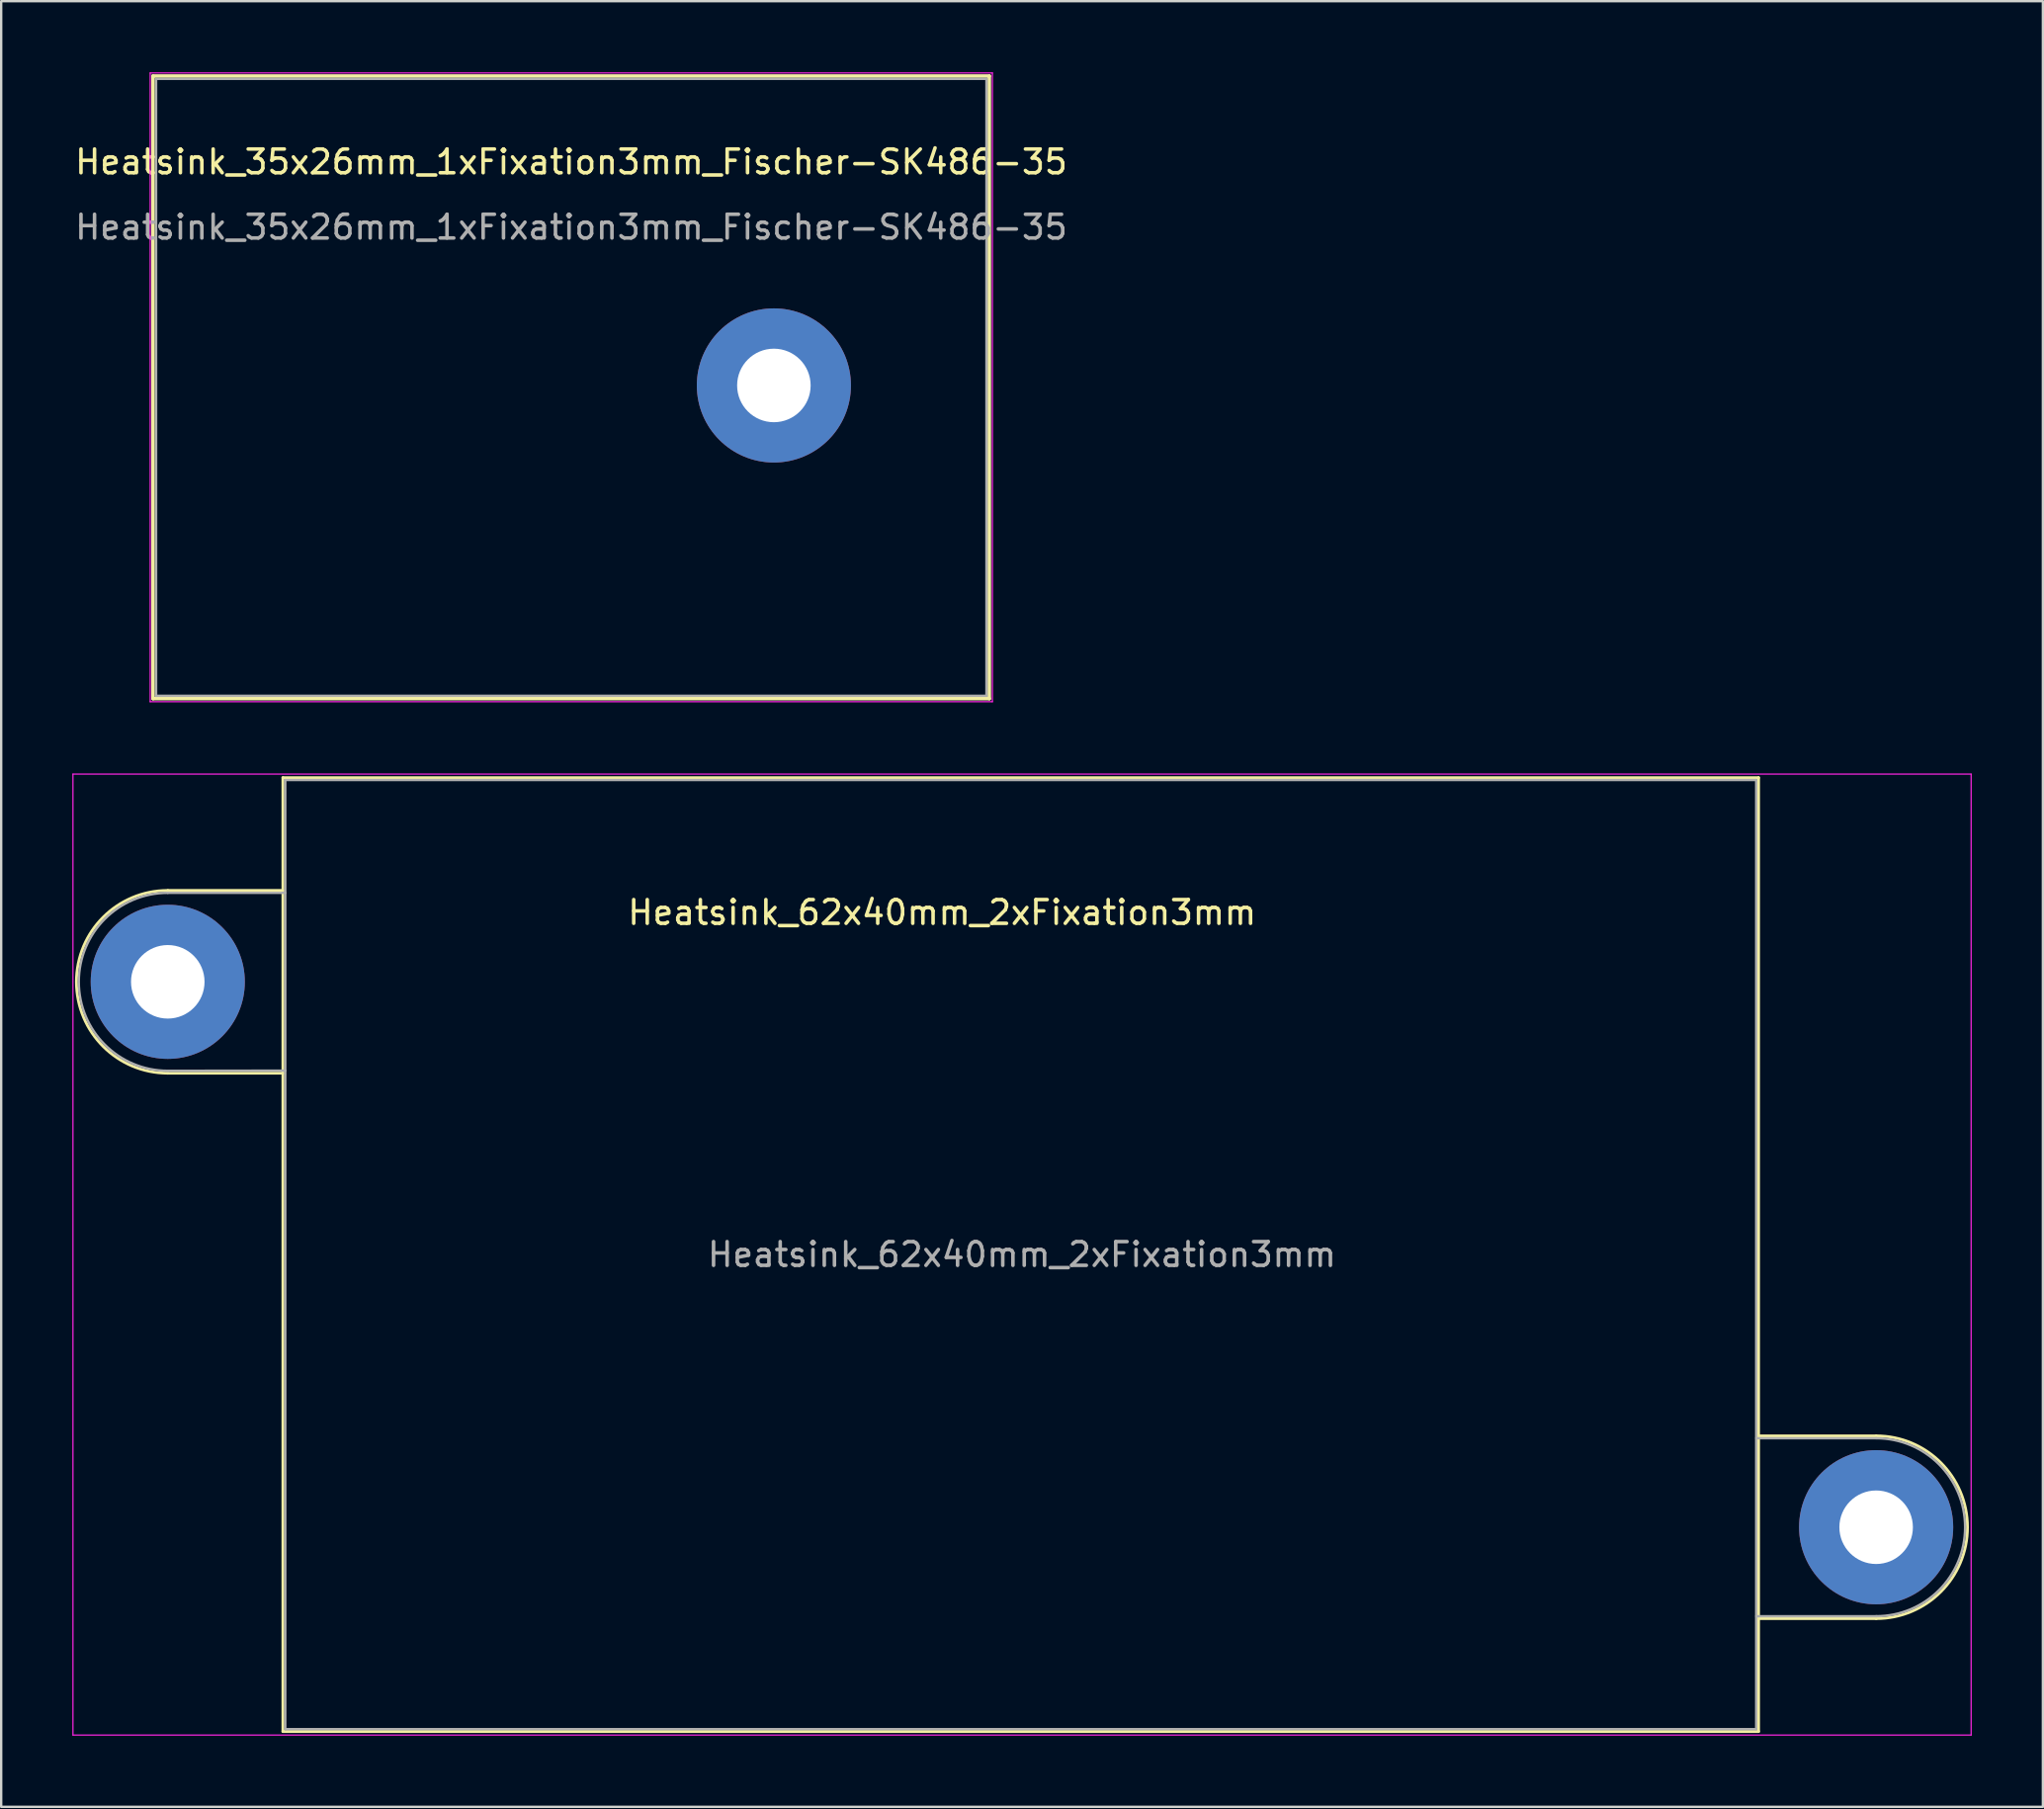
<source format=kicad_pcb>
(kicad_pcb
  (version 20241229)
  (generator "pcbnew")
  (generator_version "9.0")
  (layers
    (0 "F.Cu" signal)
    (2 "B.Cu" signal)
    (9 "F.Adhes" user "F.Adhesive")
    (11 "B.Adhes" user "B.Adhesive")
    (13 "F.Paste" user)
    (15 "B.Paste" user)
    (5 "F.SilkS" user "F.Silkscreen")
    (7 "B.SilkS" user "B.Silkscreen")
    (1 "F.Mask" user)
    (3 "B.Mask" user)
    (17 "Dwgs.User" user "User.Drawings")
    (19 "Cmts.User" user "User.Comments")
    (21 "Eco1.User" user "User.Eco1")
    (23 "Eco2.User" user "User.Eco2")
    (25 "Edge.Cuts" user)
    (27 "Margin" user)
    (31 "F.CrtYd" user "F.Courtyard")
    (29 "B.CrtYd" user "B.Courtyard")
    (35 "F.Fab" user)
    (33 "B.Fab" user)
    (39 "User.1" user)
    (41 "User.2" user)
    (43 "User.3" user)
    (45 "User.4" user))
  (footprint "Heatsink_35x26mm_1xFixation3mm_Fischer-SK486-35"
    (layer "F.Cu")
    (at 29.57 13.195)
    (property "Reference" "Heatsink_35x26mm_1xFixation3mm_Fischer-SK486-35" (at -8.54 -9.42 0) (layer "F.SilkS") (effects (font (size 1 1) (thickness 0.15))))
    (attr through_hole)
    (fp_line (start -26.17 -13.04) (end -26.17 13.2) (stroke (width 0.15) (type solid)) (layer "F.SilkS"))
    (fp_line (start -26.17 13.2) (end 9.08 13.2) (stroke (width 0.15) (type solid)) (layer "F.SilkS"))
    (fp_line (start 9.08 -13.04) (end -26.17 -13.04) (stroke (width 0.15) (type solid)) (layer "F.SilkS"))
    (fp_line (start 9.08 13.2) (end 9.08 -13.04) (stroke (width 0.15) (type solid)) (layer "F.SilkS"))
    (fp_line (start -26.29 -13.17) (end -26.29 13.33) (stroke (width 0.05) (type solid)) (layer "F.CrtYd"))
    (fp_line (start -26.29 -13.17) (end 9.21 -13.17) (stroke (width 0.05) (type solid)) (layer "F.CrtYd"))
    (fp_line (start 9.21 13.33) (end -26.29 13.33) (stroke (width 0.05) (type solid)) (layer "F.CrtYd"))
    (fp_line (start 9.21 13.33) (end 9.21 -13.17) (stroke (width 0.05) (type solid)) (layer "F.CrtYd"))
    (fp_line (start -26.04 -12.92) (end 8.96 -12.92) (stroke (width 0.1) (type solid)) (layer "F.Fab"))
    (fp_line (start -26.04 13.08) (end -26.04 -12.92) (stroke (width 0.1) (type solid)) (layer "F.Fab"))
    (fp_line (start 8.96 -12.92) (end 8.96 13.08) (stroke (width 0.1) (type solid)) (layer "F.Fab"))
    (fp_line (start 8.96 13.08) (end -26.04 13.08) (stroke (width 0.1) (type solid)) (layer "F.Fab"))
    (fp_text user "${REFERENCE}" (at -8.54 -6.67 0) (layer "F.Fab") (effects (font (size 1 1) (thickness 0.15))))
    (pad "1" thru_hole circle (at 0 0) (size 6.497 6.497) (drill 3.099) (layers "*.Cu" "*.Mask")))
  (footprint "Heatsink_62x40mm_2xFixation3mm"
    (layer "F.Cu")
    (at 8.975 69.825)
    (property "Reference" "Heatsink_62x40mm_2xFixation3mm" (at 27.686 -34.417 0) (layer "F.SilkS") (effects (font (size 1 1) (thickness 0.15))))
    (attr through_hole)
    (fp_line (start -4.953 -35.346) (end -0.103 -35.346) (stroke (width 0.12) (type solid)) (layer "F.SilkS"))
    (fp_line (start -0.103 -27.646) (end -4.953 -27.646) (stroke (width 0.12) (type solid)) (layer "F.SilkS"))
    (fp_line (start -0.1 -40.1) (end -0.1 0.1) (stroke (width 0.12) (type solid)) (layer "F.SilkS"))
    (fp_line (start -0.1 0.1) (end 62.1 0.1) (stroke (width 0.12) (type solid)) (layer "F.SilkS"))
    (fp_line (start 62.1 -40.1) (end -0.1 -40.1) (stroke (width 0.12) (type solid)) (layer "F.SilkS"))
    (fp_line (start 62.1 0.1) (end 62.1 -40.1) (stroke (width 0.12) (type solid)) (layer "F.SilkS"))
    (fp_line (start 67.056 -12.359) (end 62.106 -12.359) (stroke (width 0.12) (type solid)) (layer "F.SilkS"))
    (fp_line (start 67.056 -4.659) (end 62.106 -4.659) (stroke (width 0.12) (type solid)) (layer "F.SilkS"))
    (fp_arc (start -4.953 -27.646) (mid -8.803 -31.496) (end -4.953 -35.346) (stroke (width 0.12) (type solid)) (layer "F.SilkS"))
    (fp_arc (start 67.056 -12.359) (mid 70.906 -8.509) (end 67.056 -4.659) (stroke (width 0.12) (type solid)) (layer "F.SilkS"))
    (fp_line (start -8.95 -40.25) (end -8.95 0.25) (stroke (width 0.05) (type solid)) (layer "F.CrtYd"))
    (fp_line (start -8.95 -40.25) (end 71.06 -40.25) (stroke (width 0.05) (type solid)) (layer "F.CrtYd"))
    (fp_line (start 71.06 0.25) (end -8.95 0.25) (stroke (width 0.05) (type solid)) (layer "F.CrtYd"))
    (fp_line (start 71.06 0.25) (end 71.06 -40.25) (stroke (width 0.05) (type solid)) (layer "F.CrtYd"))
    (fp_line (start -4.953 -35.246) (end 0 -35.246) (stroke (width 0.1) (type solid)) (layer "F.Fab"))
    (fp_line (start -4.953 -27.746) (end 0 -27.753) (stroke (width 0.1) (type solid)) (layer "F.Fab"))
    (fp_line (start 0 -40) (end 62 -40) (stroke (width 0.1) (type solid)) (layer "F.Fab"))
    (fp_line (start 0 0) (end 0 -40) (stroke (width 0.1) (type solid)) (layer "F.Fab"))
    (fp_line (start 62 -40) (end 62 0) (stroke (width 0.1) (type solid)) (layer "F.Fab"))
    (fp_line (start 62 0) (end 0 0) (stroke (width 0.1) (type solid)) (layer "F.Fab"))
    (fp_line (start 67.056 -12.259) (end 62.006 -12.259) (stroke (width 0.1) (type solid)) (layer "F.Fab"))
    (fp_line (start 67.056 -4.759) (end 62.006 -4.759) (stroke (width 0.1) (type solid)) (layer "F.Fab"))
    (fp_arc (start -4.953 -27.746) (mid -8.703 -31.496) (end -4.953 -35.246) (stroke (width 0.1) (type solid)) (layer "F.Fab"))
    (fp_arc (start 67.056 -12.259) (mid 70.806 -8.509) (end 67.056 -4.759) (stroke (width 0.1) (type solid)) (layer "F.Fab"))
    (fp_text user "${REFERENCE}" (at 31.052 -20.002 0) (layer "F.Fab") (effects (font (size 1 1) (thickness 0.15))))
    (pad "1" thru_hole circle (at -4.953 -31.496) (size 6.497 6.497) (drill 3.099) (layers "*.Cu" "*.Mask"))
    (pad "1" thru_hole circle (at 67.056 -8.509) (size 6.497 6.497) (drill 3.099) (layers "*.Cu" "*.Mask")))
  (gr_rect
    (start -3 -3)
    (end 83.06 73.1)
    (stroke (width 0.1) (type default))
    (fill no)
    (layer "Edge.Cuts")))
</source>
